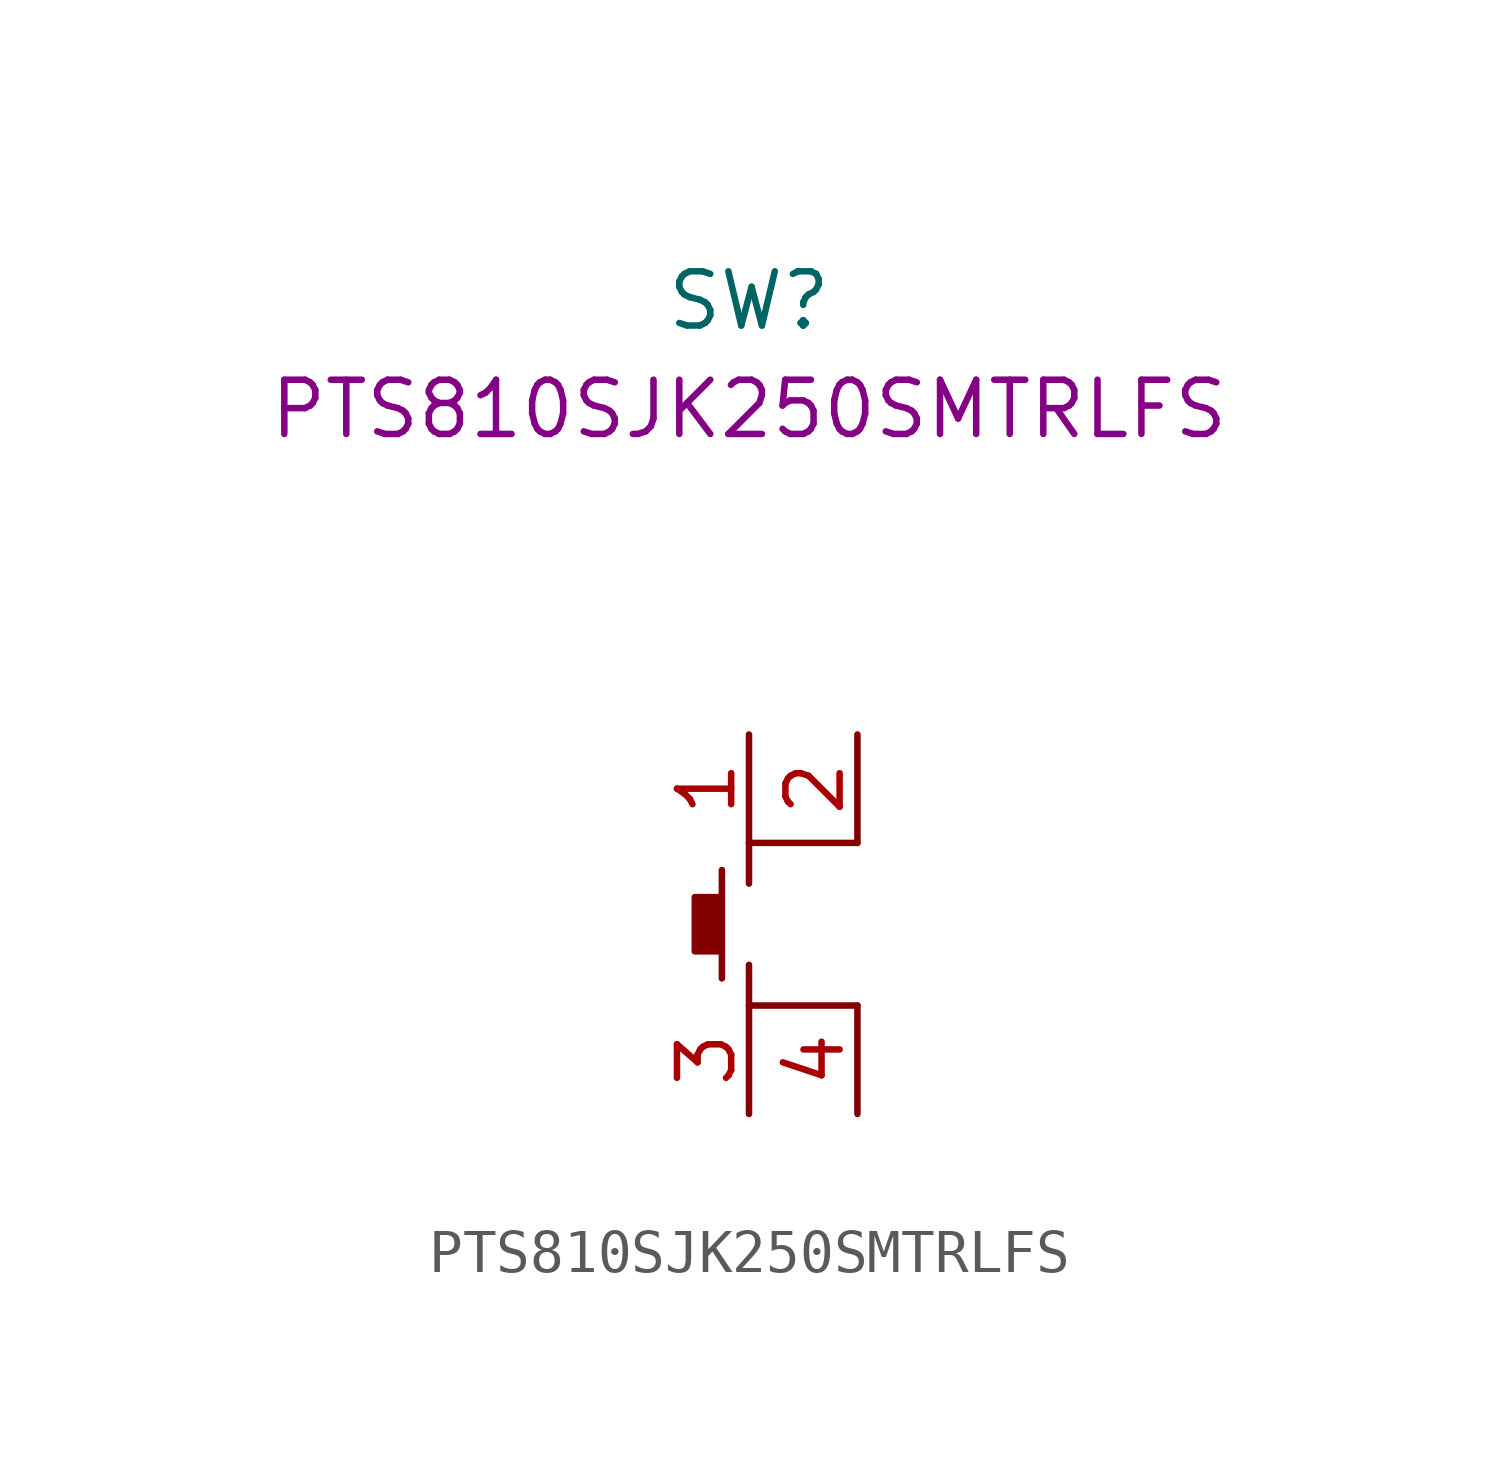
<source format=kicad_sym>
(kicad_symbol_lib
  (version 20211014)
  (generator kicad_symbol_editor)
  (symbol "PTS810SJK250SMTRLFS"
    (property "Reference" "SW"
      (at 0 12.7 0)
      (effects (font (size 1.27 1.27))))
    (property "P/N" "PTS810SJK250SMTRLFS"
      (at 0 10.16 0)
      (effects (font (size 1.27 1.27))))
    (symbol "PTS810SJK250SMTRLFS_0_1"
      (polyline (pts (xy -0.635 -3.175) (xy -0.635 -0.635)) (stroke (width 0) (type default) (color 0 0 0 0)) (fill (type none)))
      (polyline (pts (xy 0 -3.81) (xy 0 -2.857)) (stroke (width 0) (type default) (color 0 0 0 0)) (fill (type none)))
      (polyline (pts (xy 0 0) (xy 0 -0.953)) (stroke (width 0) (type default) (color 0 0 0 0)) (fill (type none)))
      (polyline (pts (xy 2.54 -3.81) (xy 0 -3.81)) (stroke (width 0) (type default) (color 0 0 0 0)) (fill (type none)))
      (polyline (pts (xy 2.54 0) (xy 0 0)) (stroke (width 0) (type default) (color 0 0 0 0)) (fill (type none)))
      (polyline (pts (xy -0.635 -1.27) (xy -1.27 -1.27) (xy -1.27 -2.54) (xy -0.635 -2.54)) (stroke (width 0) (type default) (color 0 0 0 0)) (fill (type outline))))
    (symbol "PTS810SJK250SMTRLFS_1_1"
      (pin passive line (at 0 2.54 270) (length 2.54) (name "" (effects (font (size 1.27 1.27)))) (number "1" (effects (font (size 1.27 1.27)))))
      (pin passive line (at 2.54 2.54 270) (length 2.54) (name "" (effects (font (size 1.27 1.27)))) (number "2" (effects (font (size 1.27 1.27)))))
      (pin passive line (at 0 -6.35 90) (length 2.54) (name "" (effects (font (size 1.27 1.27)))) (number "3" (effects (font (size 1.27 1.27)))))
      (pin passive line (at 2.54 -6.35 90) (length 2.54) (name "" (effects (font (size 1.27 1.27)))) (number "4" (effects (font (size 1.27 1.27))))))))
</source>
